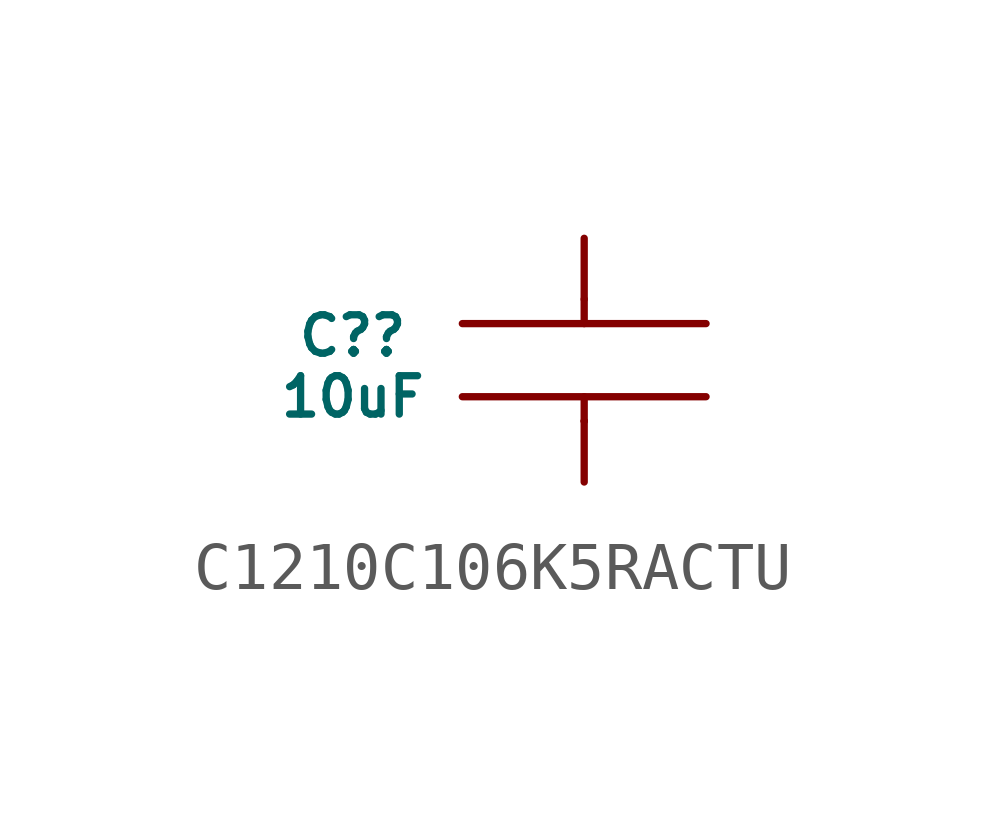
<source format=kicad_sym>
(kicad_symbol_lib
  (version 20231120)
  (generator "kicad_symbol_editor")
  (generator_version "8.0")
  (symbol "C1210C106K5RACTU"
    (pin_numbers hide)
    (pin_names hide)
    (property "Reference" "C?"
      (at -4.826 0.508 0)
      (do_not_autoplace)
      (effects (font (size 0.8 0.8))))
    (property "Value" "10uF"
      (at -4.826 -0.762 0)
      (do_not_autoplace)
      (effects (font (size 0.8 0.8))))
    (symbol "C1210C106K5RACTU_0_1"
      (polyline (pts (xy 0 -1.27) (xy 0 -1.27)) (stroke (width 0) (type default)) (fill (type none)))
      (polyline (pts (xy 0 -1.27) (xy 0 -0.762)) (stroke (width 0) (type default)) (fill (type none)))
      (polyline (pts (xy 0 0.762) (xy 0 1.27)) (stroke (width 0) (type default)) (fill (type none))))
    (symbol "C1210C106K5RACTU_1_0"
      (pin passive line (at 0 -2.54 90) (length 1.27) (name "" (effects (font (size 0.8 0.8)))) (number "1" (effects (font (size 0.8 0.8)))))
      (pin passive line (at 0 2.54 270) (length 1.27) (name "" (effects (font (size 0.8 0.8)))) (number "2" (effects (font (size 0.8 0.8))))))
    (symbol "C1210C106K5RACTU_1_1"
      (polyline (pts (xy -2.54 -0.762) (xy 2.54 -0.762)) (stroke (width 0) (type solid)) (fill (type none)))
      (polyline (pts (xy -2.54 0.762) (xy 2.54 0.762)) (stroke (width 0) (type solid)) (fill (type none))))))
</source>
